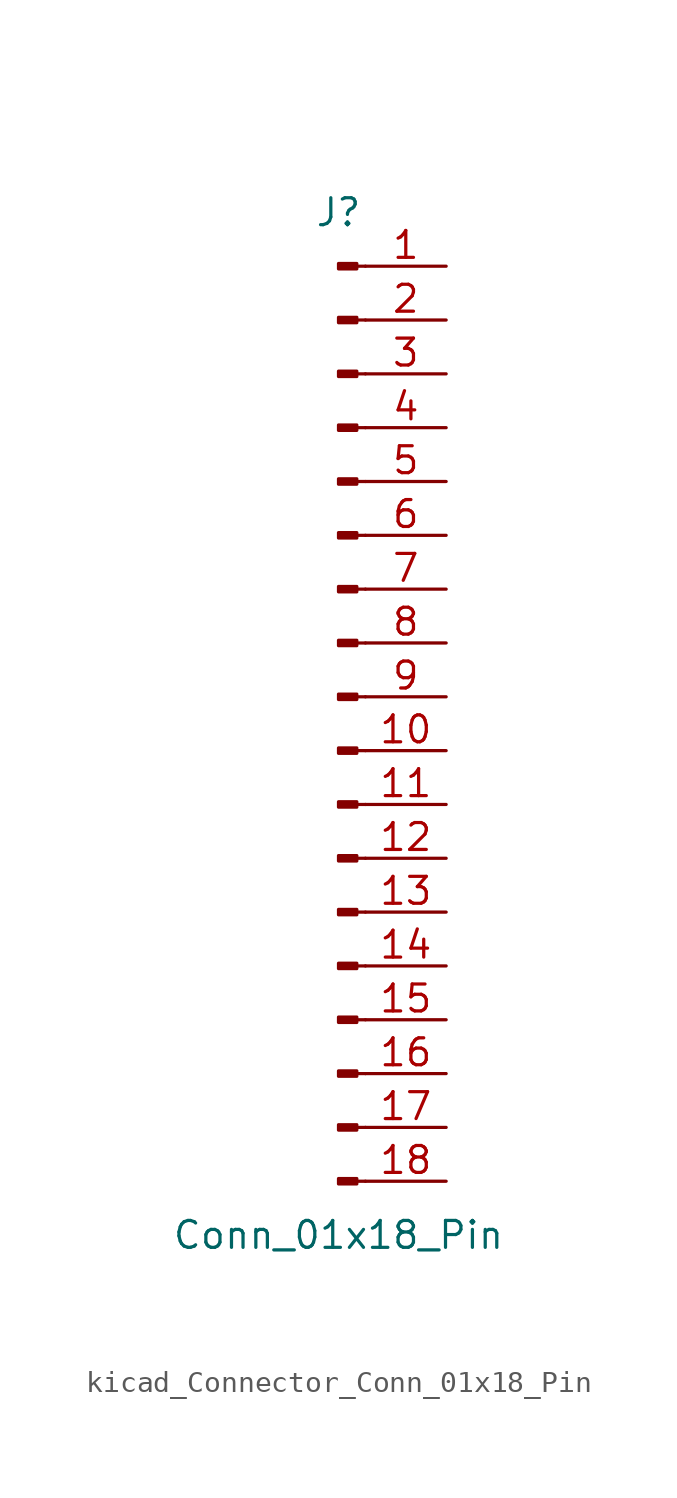
<source format=kicad_sym>
(kicad_symbol_lib
  (version 20220914)
  (generator kicad_symbol_editor)
  (symbol "kicad_Connector_Conn_01x18_Pin"
    (pin_names
      (offset 1.016) hide)
    (property "Reference" "J"
      (at 0 22.86 0)
      (effects (font (size 1.27 1.27))))
    (property "Value" "Conn_01x18_Pin"
      (at 0 -25.4 0)
      (effects (font (size 1.27 1.27))))
    (property "ki_locked" ""
      (at 0 0 0)
      (effects (font (size 1.27 1.27))))
    (symbol "kicad_Connector_Conn_01x18_Pin_1_1"
      (polyline (pts (xy 1.27 -22.86) (xy 0.864 -22.86)) (stroke (width 0.152) (type default)) (fill (type none)))
      (polyline (pts (xy 1.27 -20.32) (xy 0.864 -20.32)) (stroke (width 0.152) (type default)) (fill (type none)))
      (polyline (pts (xy 1.27 -17.78) (xy 0.864 -17.78)) (stroke (width 0.152) (type default)) (fill (type none)))
      (polyline (pts (xy 1.27 -15.24) (xy 0.864 -15.24)) (stroke (width 0.152) (type default)) (fill (type none)))
      (polyline (pts (xy 1.27 -12.7) (xy 0.864 -12.7)) (stroke (width 0.152) (type default)) (fill (type none)))
      (polyline (pts (xy 1.27 -10.16) (xy 0.864 -10.16)) (stroke (width 0.152) (type default)) (fill (type none)))
      (polyline (pts (xy 1.27 -7.62) (xy 0.864 -7.62)) (stroke (width 0.152) (type default)) (fill (type none)))
      (polyline (pts (xy 1.27 -5.08) (xy 0.864 -5.08)) (stroke (width 0.152) (type default)) (fill (type none)))
      (polyline (pts (xy 1.27 -2.54) (xy 0.864 -2.54)) (stroke (width 0.152) (type default)) (fill (type none)))
      (polyline (pts (xy 1.27 0) (xy 0.864 0)) (stroke (width 0.152) (type default)) (fill (type none)))
      (polyline (pts (xy 1.27 2.54) (xy 0.864 2.54)) (stroke (width 0.152) (type default)) (fill (type none)))
      (polyline (pts (xy 1.27 5.08) (xy 0.864 5.08)) (stroke (width 0.152) (type default)) (fill (type none)))
      (polyline (pts (xy 1.27 7.62) (xy 0.864 7.62)) (stroke (width 0.152) (type default)) (fill (type none)))
      (polyline (pts (xy 1.27 10.16) (xy 0.864 10.16)) (stroke (width 0.152) (type default)) (fill (type none)))
      (polyline (pts (xy 1.27 12.7) (xy 0.864 12.7)) (stroke (width 0.152) (type default)) (fill (type none)))
      (polyline (pts (xy 1.27 15.24) (xy 0.864 15.24)) (stroke (width 0.152) (type default)) (fill (type none)))
      (polyline (pts (xy 1.27 17.78) (xy 0.864 17.78)) (stroke (width 0.152) (type default)) (fill (type none)))
      (polyline (pts (xy 1.27 20.32) (xy 0.864 20.32)) (stroke (width 0.152) (type default)) (fill (type none)))
      (rectangle (start 0.864 -22.733) (end 0 -22.987) (stroke (width 0.152) (type default)) (fill (type outline)))
      (rectangle (start 0.864 -20.193) (end 0 -20.447) (stroke (width 0.152) (type default)) (fill (type outline)))
      (rectangle (start 0.864 -17.653) (end 0 -17.907) (stroke (width 0.152) (type default)) (fill (type outline)))
      (rectangle (start 0.864 -15.113) (end 0 -15.367) (stroke (width 0.152) (type default)) (fill (type outline)))
      (rectangle (start 0.864 -12.573) (end 0 -12.827) (stroke (width 0.152) (type default)) (fill (type outline)))
      (rectangle (start 0.864 -10.033) (end 0 -10.287) (stroke (width 0.152) (type default)) (fill (type outline)))
      (rectangle (start 0.864 -7.493) (end 0 -7.747) (stroke (width 0.152) (type default)) (fill (type outline)))
      (rectangle (start 0.864 -4.953) (end 0 -5.207) (stroke (width 0.152) (type default)) (fill (type outline)))
      (rectangle (start 0.864 -2.413) (end 0 -2.667) (stroke (width 0.152) (type default)) (fill (type outline)))
      (rectangle (start 0.864 0.127) (end 0 -0.127) (stroke (width 0.152) (type default)) (fill (type outline)))
      (rectangle (start 0.864 2.667) (end 0 2.413) (stroke (width 0.152) (type default)) (fill (type outline)))
      (rectangle (start 0.864 5.207) (end 0 4.953) (stroke (width 0.152) (type default)) (fill (type outline)))
      (rectangle (start 0.864 7.747) (end 0 7.493) (stroke (width 0.152) (type default)) (fill (type outline)))
      (rectangle (start 0.864 10.287) (end 0 10.033) (stroke (width 0.152) (type default)) (fill (type outline)))
      (rectangle (start 0.864 12.827) (end 0 12.573) (stroke (width 0.152) (type default)) (fill (type outline)))
      (rectangle (start 0.864 15.367) (end 0 15.113) (stroke (width 0.152) (type default)) (fill (type outline)))
      (rectangle (start 0.864 17.907) (end 0 17.653) (stroke (width 0.152) (type default)) (fill (type outline)))
      (rectangle (start 0.864 20.447) (end 0 20.193) (stroke (width 0.152) (type default)) (fill (type outline)))
      (pin passive line (at 5.08 20.32 180) (length 3.81) (name "Pin_1" (effects (font (size 1.27 1.27)))) (number "1" (effects (font (size 1.27 1.27)))))
      (pin passive line (at 5.08 -2.54 180) (length 3.81) (name "Pin_10" (effects (font (size 1.27 1.27)))) (number "10" (effects (font (size 1.27 1.27)))))
      (pin passive line (at 5.08 -5.08 180) (length 3.81) (name "Pin_11" (effects (font (size 1.27 1.27)))) (number "11" (effects (font (size 1.27 1.27)))))
      (pin passive line (at 5.08 -7.62 180) (length 3.81) (name "Pin_12" (effects (font (size 1.27 1.27)))) (number "12" (effects (font (size 1.27 1.27)))))
      (pin passive line (at 5.08 -10.16 180) (length 3.81) (name "Pin_13" (effects (font (size 1.27 1.27)))) (number "13" (effects (font (size 1.27 1.27)))))
      (pin passive line (at 5.08 -12.7 180) (length 3.81) (name "Pin_14" (effects (font (size 1.27 1.27)))) (number "14" (effects (font (size 1.27 1.27)))))
      (pin passive line (at 5.08 -15.24 180) (length 3.81) (name "Pin_15" (effects (font (size 1.27 1.27)))) (number "15" (effects (font (size 1.27 1.27)))))
      (pin passive line (at 5.08 -17.78 180) (length 3.81) (name "Pin_16" (effects (font (size 1.27 1.27)))) (number "16" (effects (font (size 1.27 1.27)))))
      (pin passive line (at 5.08 -20.32 180) (length 3.81) (name "Pin_17" (effects (font (size 1.27 1.27)))) (number "17" (effects (font (size 1.27 1.27)))))
      (pin passive line (at 5.08 -22.86 180) (length 3.81) (name "Pin_18" (effects (font (size 1.27 1.27)))) (number "18" (effects (font (size 1.27 1.27)))))
      (pin passive line (at 5.08 17.78 180) (length 3.81) (name "Pin_2" (effects (font (size 1.27 1.27)))) (number "2" (effects (font (size 1.27 1.27)))))
      (pin passive line (at 5.08 15.24 180) (length 3.81) (name "Pin_3" (effects (font (size 1.27 1.27)))) (number "3" (effects (font (size 1.27 1.27)))))
      (pin passive line (at 5.08 12.7 180) (length 3.81) (name "Pin_4" (effects (font (size 1.27 1.27)))) (number "4" (effects (font (size 1.27 1.27)))))
      (pin passive line (at 5.08 10.16 180) (length 3.81) (name "Pin_5" (effects (font (size 1.27 1.27)))) (number "5" (effects (font (size 1.27 1.27)))))
      (pin passive line (at 5.08 7.62 180) (length 3.81) (name "Pin_6" (effects (font (size 1.27 1.27)))) (number "6" (effects (font (size 1.27 1.27)))))
      (pin passive line (at 5.08 5.08 180) (length 3.81) (name "Pin_7" (effects (font (size 1.27 1.27)))) (number "7" (effects (font (size 1.27 1.27)))))
      (pin passive line (at 5.08 2.54 180) (length 3.81) (name "Pin_8" (effects (font (size 1.27 1.27)))) (number "8" (effects (font (size 1.27 1.27)))))
      (pin passive line (at 5.08 0 180) (length 3.81) (name "Pin_9" (effects (font (size 1.27 1.27)))) (number "9" (effects (font (size 1.27 1.27))))))))
</source>
